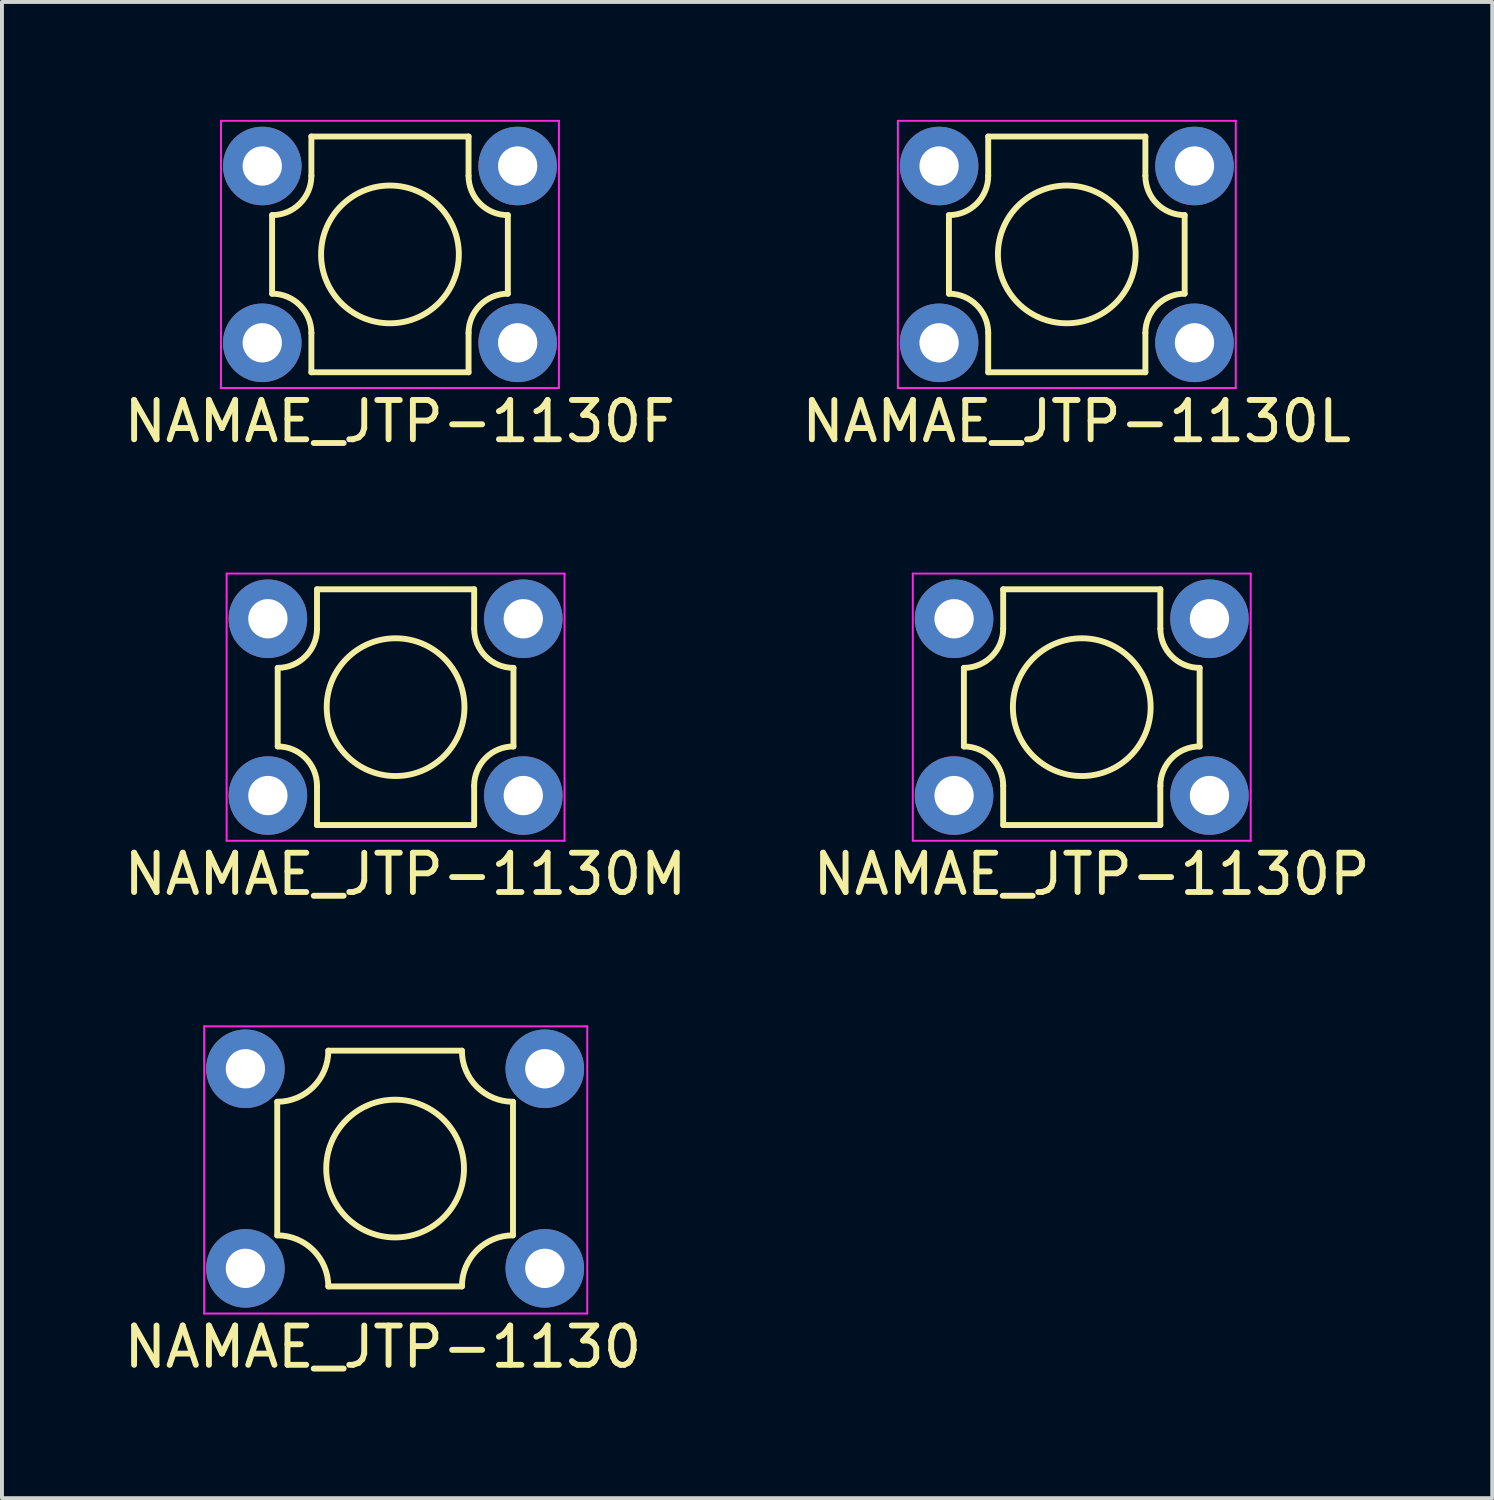
<source format=kicad_pcb>
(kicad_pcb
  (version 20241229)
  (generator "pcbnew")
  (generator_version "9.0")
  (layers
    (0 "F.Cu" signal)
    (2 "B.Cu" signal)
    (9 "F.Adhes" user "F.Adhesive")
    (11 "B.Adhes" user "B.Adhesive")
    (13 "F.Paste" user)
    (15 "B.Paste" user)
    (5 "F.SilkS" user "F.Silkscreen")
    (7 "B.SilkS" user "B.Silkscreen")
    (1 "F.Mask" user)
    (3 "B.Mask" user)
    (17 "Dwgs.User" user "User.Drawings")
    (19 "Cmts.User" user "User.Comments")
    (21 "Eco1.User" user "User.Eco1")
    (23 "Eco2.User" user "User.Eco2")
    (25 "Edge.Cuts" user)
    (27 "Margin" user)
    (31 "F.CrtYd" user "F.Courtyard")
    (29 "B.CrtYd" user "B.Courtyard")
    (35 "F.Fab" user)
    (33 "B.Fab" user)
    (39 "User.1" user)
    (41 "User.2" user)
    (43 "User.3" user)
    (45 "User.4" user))
  (footprint "NAMAE_JTP-1130"
    (layer "F.Cu")
    (at 3.196 29.231)
    (property "Reference" "NAMAE_JTP-1130" (at 3.5 2 0) (layer "F.SilkS") (effects (font (size 1 1) (thickness 0.15))))
    (attr through_hole)
    (fp_line (start 0.81 -0.84) (end 0.81 -4.24) (stroke (width 0.15) (type solid)) (layer "F.SilkS"))
    (fp_line (start 2.11 -5.54) (end 5.51 -5.54) (stroke (width 0.15) (type solid)) (layer "F.SilkS"))
    (fp_line (start 2.11 0.46) (end 5.51 0.46) (stroke (width 0.15) (type solid)) (layer "F.SilkS"))
    (fp_line (start 6.81 -4.24) (end 6.81 -0.84) (stroke (width 0.15) (type solid)) (layer "F.SilkS"))
    (fp_arc (start 0.81 -0.84) (mid 1.729239 -0.459239) (end 2.11 0.46) (stroke (width 0.15) (type solid)) (layer "F.SilkS"))
    (fp_arc (start 2.11 -5.54) (mid 1.729239 -4.620761) (end 0.81 -4.24) (stroke (width 0.15) (type solid)) (layer "F.SilkS"))
    (fp_arc (start 5.51 0.46) (mid 5.890761 -0.459239) (end 6.81 -0.84) (stroke (width 0.15) (type solid)) (layer "F.SilkS"))
    (fp_arc (start 6.81 -4.24) (mid 5.890761 -4.620761) (end 5.51 -5.54) (stroke (width 0.15) (type solid)) (layer "F.SilkS"))
    (fp_circle (center 3.81 -2.54) (end 5.563 -2.54) (stroke (width 0.15) (type solid)) (fill no) (layer "F.SilkS"))
    (fp_line (start -1.05 -6.16) (end -1.05 1.15) (stroke (width 0.05) (type solid)) (layer "F.CrtYd"))
    (fp_line (start -1.05 -6.16) (end 8.7 -6.16) (stroke (width 0.05) (type solid)) (layer "F.CrtYd"))
    (fp_line (start -1.05 1.15) (end 8.7 1.15) (stroke (width 0.05) (type solid)) (layer "F.CrtYd"))
    (fp_line (start 8.7 -6.16) (end 8.7 1.15) (stroke (width 0.05) (type solid)) (layer "F.CrtYd"))
    (pad "1" thru_hole circle (at 7.62 0) (size 2 2) (drill 1) (layers "*.Cu" "*.Mask"))
    (pad "2" thru_hole circle (at 0 0) (size 2 2) (drill 1) (layers "*.Cu" "*.Mask"))
    (pad "3" thru_hole circle (at 7.62 -5.08) (size 2 2) (drill 1) (layers "*.Cu" "*.Mask"))
    (pad "4" thru_hole circle (at 0 -5.08) (size 2 2) (drill 1) (layers "*.Cu" "*.Mask")))
  (footprint "NAMAE_JTP-1130P"
    (layer "F.Cu")
    (at 21.232 17.198)
    (property "Reference" "NAMAE_JTP-1130P" (at 3.5 2 0) (layer "F.SilkS") (effects (font (size 1 1) (thickness 0.15))))
    (attr through_hole)
    (fp_line (start 0.25 -3.25) (end 0.25 -1.25) (stroke (width 0.15) (type solid)) (layer "F.SilkS"))
    (fp_line (start 1.25 -5.25) (end 1.25 -4.25) (stroke (width 0.15) (type solid)) (layer "F.SilkS"))
    (fp_line (start 1.25 -5.25) (end 5.25 -5.25) (stroke (width 0.15) (type solid)) (layer "F.SilkS"))
    (fp_line (start 1.25 -0.25) (end 1.25 0.75) (stroke (width 0.15) (type solid)) (layer "F.SilkS"))
    (fp_line (start 1.25 0.75) (end 5.25 0.75) (stroke (width 0.15) (type solid)) (layer "F.SilkS"))
    (fp_line (start 5.25 -5.25) (end 5.25 -4.25) (stroke (width 0.15) (type solid)) (layer "F.SilkS"))
    (fp_line (start 5.25 -0.25) (end 5.25 0.75) (stroke (width 0.15) (type solid)) (layer "F.SilkS"))
    (fp_line (start 6.25 -3.25) (end 6.25 -1.25) (stroke (width 0.15) (type solid)) (layer "F.SilkS"))
    (fp_arc (start 0.25 -1.25) (mid 0.957107 -0.957107) (end 1.25 -0.25) (stroke (width 0.15) (type solid)) (layer "F.SilkS"))
    (fp_arc (start 1.25 -4.25) (mid 0.957107 -3.542893) (end 0.25 -3.25) (stroke (width 0.15) (type solid)) (layer "F.SilkS"))
    (fp_arc (start 5.25 -0.25) (mid 5.542893 -0.957107) (end 6.25 -1.25) (stroke (width 0.15) (type solid)) (layer "F.SilkS"))
    (fp_arc (start 6.25 -3.25) (mid 5.542893 -3.542893) (end 5.25 -4.25) (stroke (width 0.15) (type solid)) (layer "F.SilkS"))
    (fp_circle (center 3.25 -2.25) (end 5.003 -2.25) (stroke (width 0.15) (type solid)) (fill no) (layer "F.SilkS"))
    (fp_line (start -1.05 -5.65) (end -1.05 1.15) (stroke (width 0.05) (type solid)) (layer "F.CrtYd"))
    (fp_line (start -1.05 -5.65) (end 7.55 -5.65) (stroke (width 0.05) (type solid)) (layer "F.CrtYd"))
    (fp_line (start -1.05 1.15) (end 7.55 1.15) (stroke (width 0.05) (type solid)) (layer "F.CrtYd"))
    (fp_line (start 7.55 -5.65) (end 7.55 1.15) (stroke (width 0.05) (type solid)) (layer "F.CrtYd"))
    (pad "1" thru_hole circle (at 6.5 0) (size 2 2) (drill 1) (layers "*.Cu" "*.Mask"))
    (pad "2" thru_hole circle (at 0 0) (size 2 2) (drill 1) (layers "*.Cu" "*.Mask"))
    (pad "3" thru_hole circle (at 6.5 -4.5) (size 2 2) (drill 1) (layers "*.Cu" "*.Mask"))
    (pad "4" thru_hole circle (at 0 -4.5) (size 2 2) (drill 1) (layers "*.Cu" "*.Mask")))
  (footprint "NAMAE_JTP-1130L"
    (layer "F.Cu")
    (at 20.851 5.675)
    (property "Reference" "NAMAE_JTP-1130L" (at 3.5 2 0) (layer "F.SilkS") (effects (font (size 1 1) (thickness 0.15))))
    (attr through_hole)
    (fp_line (start 0.25 -3.25) (end 0.25 -1.25) (stroke (width 0.15) (type solid)) (layer "F.SilkS"))
    (fp_line (start 1.25 -5.25) (end 1.25 -4.25) (stroke (width 0.15) (type solid)) (layer "F.SilkS"))
    (fp_line (start 1.25 -5.25) (end 5.25 -5.25) (stroke (width 0.15) (type solid)) (layer "F.SilkS"))
    (fp_line (start 1.25 -0.25) (end 1.25 0.75) (stroke (width 0.15) (type solid)) (layer "F.SilkS"))
    (fp_line (start 1.25 0.75) (end 5.25 0.75) (stroke (width 0.15) (type solid)) (layer "F.SilkS"))
    (fp_line (start 5.25 -5.25) (end 5.25 -4.25) (stroke (width 0.15) (type solid)) (layer "F.SilkS"))
    (fp_line (start 5.25 -0.25) (end 5.25 0.75) (stroke (width 0.15) (type solid)) (layer "F.SilkS"))
    (fp_line (start 6.25 -3.25) (end 6.25 -1.25) (stroke (width 0.15) (type solid)) (layer "F.SilkS"))
    (fp_arc (start 0.25 -1.25) (mid 0.957107 -0.957107) (end 1.25 -0.25) (stroke (width 0.15) (type solid)) (layer "F.SilkS"))
    (fp_arc (start 1.25 -4.25) (mid 0.957107 -3.542893) (end 0.25 -3.25) (stroke (width 0.15) (type solid)) (layer "F.SilkS"))
    (fp_arc (start 5.25 -0.25) (mid 5.542893 -0.957107) (end 6.25 -1.25) (stroke (width 0.15) (type solid)) (layer "F.SilkS"))
    (fp_arc (start 6.25 -3.25) (mid 5.542893 -3.542893) (end 5.25 -4.25) (stroke (width 0.15) (type solid)) (layer "F.SilkS"))
    (fp_circle (center 3.25 -2.25) (end 5.003 -2.25) (stroke (width 0.15) (type solid)) (fill no) (layer "F.SilkS"))
    (fp_line (start -1.05 -5.65) (end -1.05 1.15) (stroke (width 0.05) (type solid)) (layer "F.CrtYd"))
    (fp_line (start -1.05 -5.65) (end 7.55 -5.65) (stroke (width 0.05) (type solid)) (layer "F.CrtYd"))
    (fp_line (start -1.05 1.15) (end 7.55 1.15) (stroke (width 0.05) (type solid)) (layer "F.CrtYd"))
    (fp_line (start 7.55 -5.65) (end 7.55 1.15) (stroke (width 0.05) (type solid)) (layer "F.CrtYd"))
    (pad "1" thru_hole circle (at 6.5 0) (size 2 2) (drill 1) (layers "*.Cu" "*.Mask"))
    (pad "2" thru_hole circle (at 0 0) (size 2 2) (drill 1) (layers "*.Cu" "*.Mask"))
    (pad "3" thru_hole circle (at 6.5 -4.5) (size 2 2) (drill 1) (layers "*.Cu" "*.Mask"))
    (pad "4" thru_hole circle (at 0 -4.5) (size 2 2) (drill 1) (layers "*.Cu" "*.Mask")))
  (footprint "NAMAE_JTP-1130M"
    (layer "F.Cu")
    (at 3.768 17.198)
    (property "Reference" "NAMAE_JTP-1130M" (at 3.5 2 0) (layer "F.SilkS") (effects (font (size 1 1) (thickness 0.15))))
    (attr through_hole)
    (fp_line (start 0.25 -3.25) (end 0.25 -1.25) (stroke (width 0.15) (type solid)) (layer "F.SilkS"))
    (fp_line (start 1.25 -5.25) (end 1.25 -4.25) (stroke (width 0.15) (type solid)) (layer "F.SilkS"))
    (fp_line (start 1.25 -5.25) (end 5.25 -5.25) (stroke (width 0.15) (type solid)) (layer "F.SilkS"))
    (fp_line (start 1.25 -0.25) (end 1.25 0.75) (stroke (width 0.15) (type solid)) (layer "F.SilkS"))
    (fp_line (start 1.25 0.75) (end 5.25 0.75) (stroke (width 0.15) (type solid)) (layer "F.SilkS"))
    (fp_line (start 5.25 -5.25) (end 5.25 -4.25) (stroke (width 0.15) (type solid)) (layer "F.SilkS"))
    (fp_line (start 5.25 -0.25) (end 5.25 0.75) (stroke (width 0.15) (type solid)) (layer "F.SilkS"))
    (fp_line (start 6.25 -3.25) (end 6.25 -1.25) (stroke (width 0.15) (type solid)) (layer "F.SilkS"))
    (fp_arc (start 0.25 -1.25) (mid 0.957107 -0.957107) (end 1.25 -0.25) (stroke (width 0.15) (type solid)) (layer "F.SilkS"))
    (fp_arc (start 1.25 -4.25) (mid 0.957107 -3.542893) (end 0.25 -3.25) (stroke (width 0.15) (type solid)) (layer "F.SilkS"))
    (fp_arc (start 5.25 -0.25) (mid 5.542893 -0.957107) (end 6.25 -1.25) (stroke (width 0.15) (type solid)) (layer "F.SilkS"))
    (fp_arc (start 6.25 -3.25) (mid 5.542893 -3.542893) (end 5.25 -4.25) (stroke (width 0.15) (type solid)) (layer "F.SilkS"))
    (fp_circle (center 3.25 -2.25) (end 5.003 -2.25) (stroke (width 0.15) (type solid)) (fill no) (layer "F.SilkS"))
    (fp_line (start -1.05 -5.65) (end -1.05 1.15) (stroke (width 0.05) (type solid)) (layer "F.CrtYd"))
    (fp_line (start -1.05 -5.65) (end 7.55 -5.65) (stroke (width 0.05) (type solid)) (layer "F.CrtYd"))
    (fp_line (start -1.05 1.15) (end 7.55 1.15) (stroke (width 0.05) (type solid)) (layer "F.CrtYd"))
    (fp_line (start 7.55 -5.65) (end 7.55 1.15) (stroke (width 0.05) (type solid)) (layer "F.CrtYd"))
    (pad "1" thru_hole circle (at 6.5 0) (size 2 2) (drill 1) (layers "*.Cu" "*.Mask"))
    (pad "2" thru_hole circle (at 0 0) (size 2 2) (drill 1) (layers "*.Cu" "*.Mask"))
    (pad "3" thru_hole circle (at 6.5 -4.5) (size 2 2) (drill 1) (layers "*.Cu" "*.Mask"))
    (pad "4" thru_hole circle (at 0 -4.5) (size 2 2) (drill 1) (layers "*.Cu" "*.Mask")))
  (footprint "NAMAE_JTP-1130F"
    (layer "F.Cu")
    (at 3.625 5.675)
    (property "Reference" "NAMAE_JTP-1130F" (at 3.5 2 0) (layer "F.SilkS") (effects (font (size 1 1) (thickness 0.15))))
    (attr through_hole)
    (fp_line (start 0.25 -3.25) (end 0.25 -1.25) (stroke (width 0.15) (type solid)) (layer "F.SilkS"))
    (fp_line (start 1.25 -5.25) (end 1.25 -4.25) (stroke (width 0.15) (type solid)) (layer "F.SilkS"))
    (fp_line (start 1.25 -5.25) (end 5.25 -5.25) (stroke (width 0.15) (type solid)) (layer "F.SilkS"))
    (fp_line (start 1.25 -0.25) (end 1.25 0.75) (stroke (width 0.15) (type solid)) (layer "F.SilkS"))
    (fp_line (start 1.25 0.75) (end 5.25 0.75) (stroke (width 0.15) (type solid)) (layer "F.SilkS"))
    (fp_line (start 5.25 -5.25) (end 5.25 -4.25) (stroke (width 0.15) (type solid)) (layer "F.SilkS"))
    (fp_line (start 5.25 -0.25) (end 5.25 0.75) (stroke (width 0.15) (type solid)) (layer "F.SilkS"))
    (fp_line (start 6.25 -3.25) (end 6.25 -1.25) (stroke (width 0.15) (type solid)) (layer "F.SilkS"))
    (fp_arc (start 0.25 -1.25) (mid 0.957107 -0.957107) (end 1.25 -0.25) (stroke (width 0.15) (type solid)) (layer "F.SilkS"))
    (fp_arc (start 1.25 -4.25) (mid 0.957107 -3.542893) (end 0.25 -3.25) (stroke (width 0.15) (type solid)) (layer "F.SilkS"))
    (fp_arc (start 5.25 -0.25) (mid 5.542893 -0.957107) (end 6.25 -1.25) (stroke (width 0.15) (type solid)) (layer "F.SilkS"))
    (fp_arc (start 6.25 -3.25) (mid 5.542893 -3.542893) (end 5.25 -4.25) (stroke (width 0.15) (type solid)) (layer "F.SilkS"))
    (fp_circle (center 3.25 -2.25) (end 5.003 -2.25) (stroke (width 0.15) (type solid)) (fill no) (layer "F.SilkS"))
    (fp_line (start -1.05 -5.65) (end -1.05 1.15) (stroke (width 0.05) (type solid)) (layer "F.CrtYd"))
    (fp_line (start -1.05 -5.65) (end 7.55 -5.65) (stroke (width 0.05) (type solid)) (layer "F.CrtYd"))
    (fp_line (start -1.05 1.15) (end 7.55 1.15) (stroke (width 0.05) (type solid)) (layer "F.CrtYd"))
    (fp_line (start 7.55 -5.65) (end 7.55 1.15) (stroke (width 0.05) (type solid)) (layer "F.CrtYd"))
    (pad "1" thru_hole circle (at 6.5 0) (size 2 2) (drill 1) (layers "*.Cu" "*.Mask"))
    (pad "2" thru_hole circle (at 0 0) (size 2 2) (drill 1) (layers "*.Cu" "*.Mask"))
    (pad "3" thru_hole circle (at 6.5 -4.5) (size 2 2) (drill 1) (layers "*.Cu" "*.Mask"))
    (pad "4" thru_hole circle (at 0 -4.5) (size 2 2) (drill 1) (layers "*.Cu" "*.Mask")))
  (gr_rect
    (start -3 -3)
    (end 34.929 35.079)
    (stroke (width 0.1) (type default))
    (fill no)
    (layer "Edge.Cuts")))
</source>
